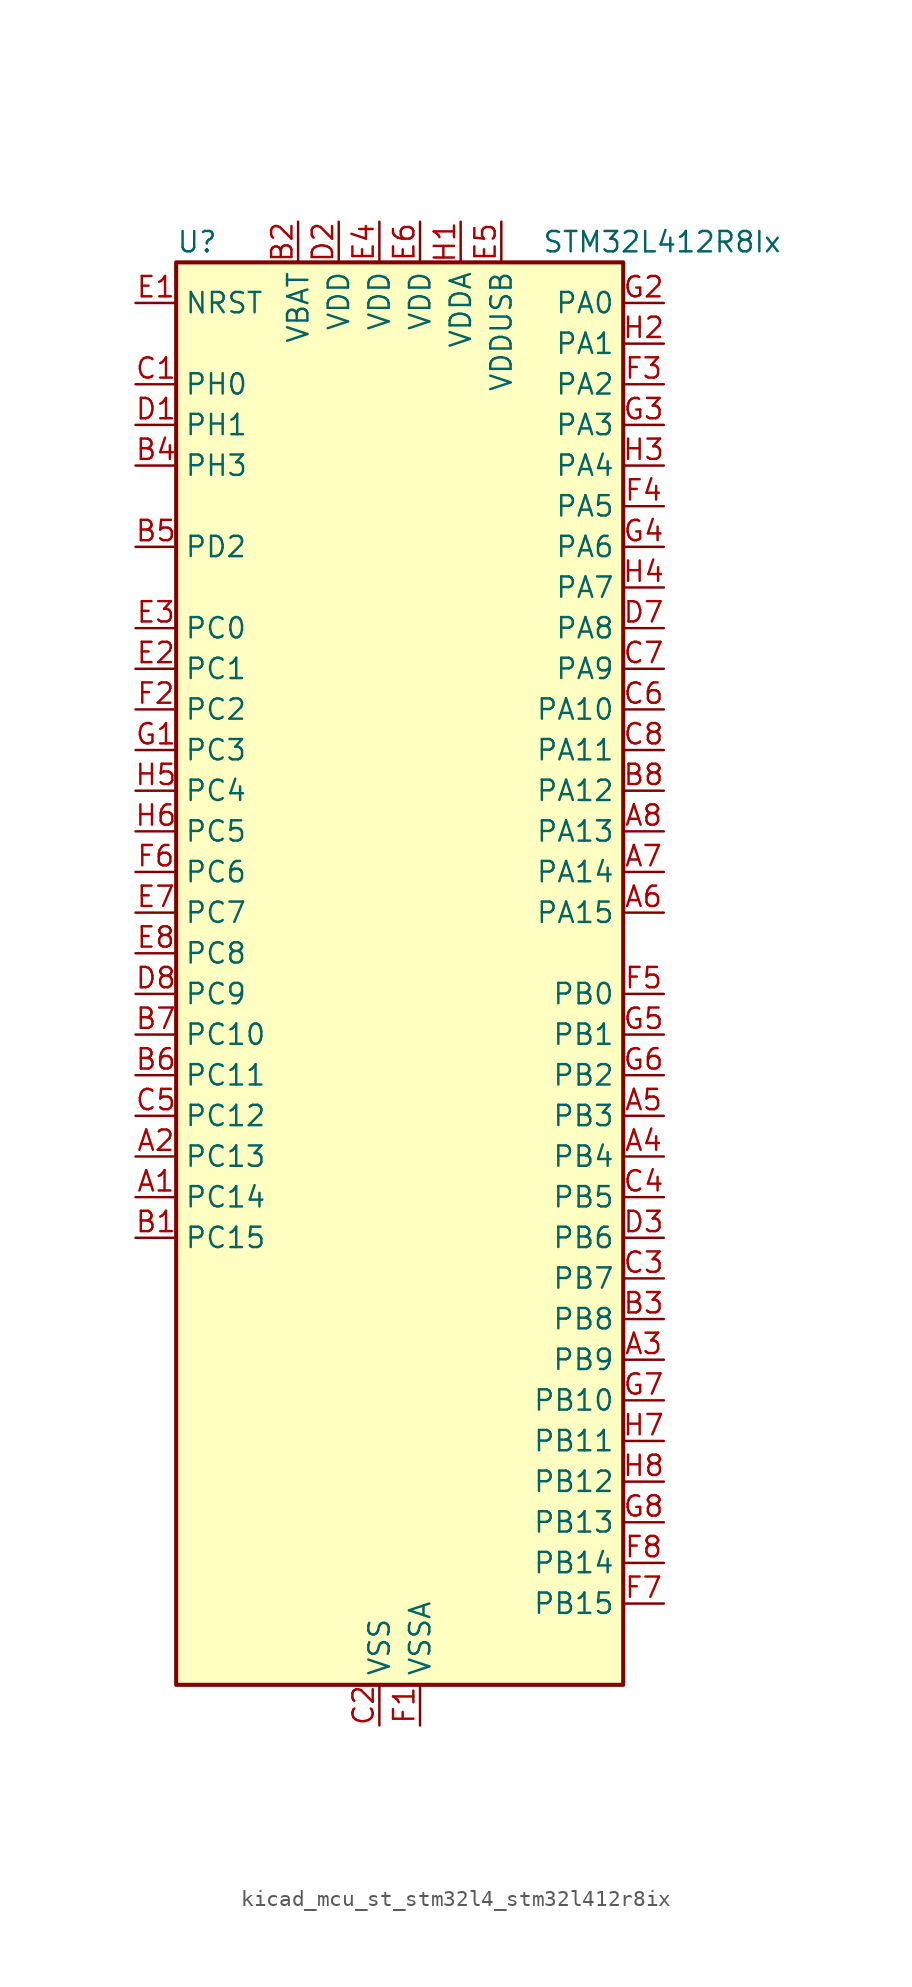
<source format=kicad_sym>
(kicad_symbol_lib
  (version 20220914)
  (generator kicad_symbol_editor)
  (symbol "kicad_mcu_st_stm32l4_stm32l412r8ix"
    (property "Reference" "U"
      (at -12.7 46.99 0)
      (effects (font (size 1.27 1.27)) (justify left)))
    (property "Value" "STM32L412R8Ix"
      (at 10.16 46.99 0)
      (effects (font (size 1.27 1.27)) (justify left)))
    (property "ki_locked" ""
      (at 0 0 0)
      (effects (font (size 1.27 1.27))))
    (symbol "kicad_mcu_st_stm32l4_stm32l412r8ix_0_1"
      (rectangle (start -12.7 -43.18) (end 15.24 45.72) (stroke (width 0.254) (type default)) (fill (type background))))
    (symbol "kicad_mcu_st_stm32l4_stm32l412r8ix_1_1"
      (pin bidirectional line (at -15.24 -12.7 0) (length 2.54) (name "PC14" (effects (font (size 1.27 1.27)))) (number "A1" (effects (font (size 1.27 1.27)))) (alternate "RCC_OSC32_IN" bidirectional line))
      (pin bidirectional line (at -15.24 -10.16 0) (length 2.54) (name "PC13" (effects (font (size 1.27 1.27)))) (number "A2" (effects (font (size 1.27 1.27)))) (alternate "RTC_OUT_ALARM" bidirectional line) (alternate "RTC_OUT_CALIB" bidirectional line) (alternate "RTC_TAMP1" bidirectional line) (alternate "RTC_TS" bidirectional line) (alternate "SYS_WKUP2" bidirectional line))
      (pin bidirectional line (at 17.78 -22.86 180) (length 2.54) (name "PB9" (effects (font (size 1.27 1.27)))) (number "A3" (effects (font (size 1.27 1.27)))) (alternate "I2C1_SDA" bidirectional line) (alternate "IR_OUT" bidirectional line) (alternate "SPI2_NSS" bidirectional line))
      (pin bidirectional line (at 17.78 -10.16 180) (length 2.54) (name "PB4" (effects (font (size 1.27 1.27)))) (number "A4" (effects (font (size 1.27 1.27)))) (alternate "I2C3_SDA" bidirectional line) (alternate "SPI1_MISO" bidirectional line) (alternate "SYS_JTRST" bidirectional line) (alternate "TSC_G2_IO1" bidirectional line) (alternate "USART1_CTS" bidirectional line))
      (pin bidirectional line (at 17.78 -7.62 180) (length 2.54) (name "PB3" (effects (font (size 1.27 1.27)))) (number "A5" (effects (font (size 1.27 1.27)))) (alternate "SPI1_SCK" bidirectional line) (alternate "SYS_JTDO-SWO" bidirectional line) (alternate "TIM2_CH2" bidirectional line) (alternate "USART1_DE" bidirectional line) (alternate "USART1_RTS" bidirectional line))
      (pin bidirectional line (at 17.78 5.08 180) (length 2.54) (name "PA15" (effects (font (size 1.27 1.27)))) (number "A6" (effects (font (size 1.27 1.27)))) (alternate "ADC1_EXTI15" bidirectional line) (alternate "ADC2_EXTI15" bidirectional line) (alternate "SPI1_NSS" bidirectional line) (alternate "SYS_JTDI" bidirectional line) (alternate "TIM2_CH1" bidirectional line) (alternate "TIM2_ETR" bidirectional line) (alternate "TSC_G3_IO1" bidirectional line) (alternate "USART2_RX" bidirectional line) (alternate "USART3_DE" bidirectional line) (alternate "USART3_RTS" bidirectional line))
      (pin bidirectional line (at 17.78 7.62 180) (length 2.54) (name "PA14" (effects (font (size 1.27 1.27)))) (number "A7" (effects (font (size 1.27 1.27)))) (alternate "I2C1_SMBA" bidirectional line) (alternate "LPTIM1_OUT" bidirectional line) (alternate "SYS_JTCK-SWCLK" bidirectional line))
      (pin bidirectional line (at 17.78 10.16 180) (length 2.54) (name "PA13" (effects (font (size 1.27 1.27)))) (number "A8" (effects (font (size 1.27 1.27)))) (alternate "IR_OUT" bidirectional line) (alternate "SYS_JTMS-SWDIO" bidirectional line) (alternate "USB_NOE" bidirectional line))
      (pin bidirectional line (at -15.24 -15.24 0) (length 2.54) (name "PC15" (effects (font (size 1.27 1.27)))) (number "B1" (effects (font (size 1.27 1.27)))) (alternate "ADC1_EXTI15" bidirectional line) (alternate "ADC2_EXTI15" bidirectional line) (alternate "RCC_OSC32_OUT" bidirectional line))
      (pin power_in line (at -5.08 48.26 270) (length 2.54) (name "VBAT" (effects (font (size 1.27 1.27)))) (number "B2" (effects (font (size 1.27 1.27)))))
      (pin bidirectional line (at 17.78 -20.32 180) (length 2.54) (name "PB8" (effects (font (size 1.27 1.27)))) (number "B3" (effects (font (size 1.27 1.27)))) (alternate "I2C1_SCL" bidirectional line) (alternate "TIM16_CH1" bidirectional line))
      (pin bidirectional line (at -15.24 33.02 0) (length 2.54) (name "PH3" (effects (font (size 1.27 1.27)))) (number "B4" (effects (font (size 1.27 1.27)))))
      (pin bidirectional line (at -15.24 27.94 0) (length 2.54) (name "PD2" (effects (font (size 1.27 1.27)))) (number "B5" (effects (font (size 1.27 1.27)))) (alternate "SYS_TRACED2" bidirectional line) (alternate "TSC_SYNC" bidirectional line) (alternate "USART3_DE" bidirectional line) (alternate "USART3_RTS" bidirectional line))
      (pin bidirectional line (at -15.24 -5.08 0) (length 2.54) (name "PC11" (effects (font (size 1.27 1.27)))) (number "B6" (effects (font (size 1.27 1.27)))) (alternate "ADC1_EXTI11" bidirectional line) (alternate "ADC2_EXTI11" bidirectional line) (alternate "TSC_G3_IO3" bidirectional line) (alternate "USART3_RX" bidirectional line))
      (pin bidirectional line (at -15.24 -2.54 0) (length 2.54) (name "PC10" (effects (font (size 1.27 1.27)))) (number "B7" (effects (font (size 1.27 1.27)))) (alternate "SYS_TRACED1" bidirectional line) (alternate "TSC_G3_IO2" bidirectional line) (alternate "USART3_TX" bidirectional line))
      (pin bidirectional line (at 17.78 12.7 180) (length 2.54) (name "PA12" (effects (font (size 1.27 1.27)))) (number "B8" (effects (font (size 1.27 1.27)))) (alternate "SPI1_MOSI" bidirectional line) (alternate "TIM1_ETR" bidirectional line) (alternate "USART1_DE" bidirectional line) (alternate "USART1_RTS" bidirectional line) (alternate "USB_DP" bidirectional line))
      (pin bidirectional line (at -15.24 38.1 0) (length 2.54) (name "PH0" (effects (font (size 1.27 1.27)))) (number "C1" (effects (font (size 1.27 1.27)))) (alternate "RCC_OSC_IN" bidirectional line))
      (pin power_in line (at 0 -45.72 90) (length 2.54) (name "VSS" (effects (font (size 1.27 1.27)))) (number "C2" (effects (font (size 1.27 1.27)))))
      (pin bidirectional line (at 17.78 -17.78 180) (length 2.54) (name "PB7" (effects (font (size 1.27 1.27)))) (number "C3" (effects (font (size 1.27 1.27)))) (alternate "I2C1_SDA" bidirectional line) (alternate "LPTIM1_IN2" bidirectional line) (alternate "SYS_PVD_IN" bidirectional line) (alternate "SYS_TRACECLK" bidirectional line) (alternate "TSC_G2_IO4" bidirectional line) (alternate "USART1_RX" bidirectional line))
      (pin bidirectional line (at 17.78 -12.7 180) (length 2.54) (name "PB5" (effects (font (size 1.27 1.27)))) (number "C4" (effects (font (size 1.27 1.27)))) (alternate "I2C1_SMBA" bidirectional line) (alternate "LPTIM1_IN1" bidirectional line) (alternate "SPI1_MOSI" bidirectional line) (alternate "SYS_TRACED2" bidirectional line) (alternate "TIM16_BKIN" bidirectional line) (alternate "TSC_G2_IO2" bidirectional line) (alternate "USART1_CK" bidirectional line))
      (pin bidirectional line (at -15.24 -7.62 0) (length 2.54) (name "PC12" (effects (font (size 1.27 1.27)))) (number "C5" (effects (font (size 1.27 1.27)))) (alternate "SYS_TRACED3" bidirectional line) (alternate "TSC_G3_IO4" bidirectional line) (alternate "USART3_CK" bidirectional line))
      (pin bidirectional line (at 17.78 17.78 180) (length 2.54) (name "PA10" (effects (font (size 1.27 1.27)))) (number "C6" (effects (font (size 1.27 1.27)))) (alternate "CRS_SYNC" bidirectional line) (alternate "I2C1_SDA" bidirectional line) (alternate "TIM1_CH3" bidirectional line) (alternate "USART1_RX" bidirectional line))
      (pin bidirectional line (at 17.78 20.32 180) (length 2.54) (name "PA9" (effects (font (size 1.27 1.27)))) (number "C7" (effects (font (size 1.27 1.27)))) (alternate "I2C1_SCL" bidirectional line) (alternate "TIM15_BKIN" bidirectional line) (alternate "TIM1_CH2" bidirectional line) (alternate "USART1_TX" bidirectional line))
      (pin bidirectional line (at 17.78 15.24 180) (length 2.54) (name "PA11" (effects (font (size 1.27 1.27)))) (number "C8" (effects (font (size 1.27 1.27)))) (alternate "ADC1_EXTI11" bidirectional line) (alternate "ADC2_EXTI11" bidirectional line) (alternate "COMP1_OUT" bidirectional line) (alternate "SPI1_MISO" bidirectional line) (alternate "TIM1_BKIN2" bidirectional line) (alternate "TIM1_BKIN2_COMP1" bidirectional line) (alternate "TIM1_CH4" bidirectional line) (alternate "USART1_CTS" bidirectional line) (alternate "USB_DM" bidirectional line))
      (pin bidirectional line (at -15.24 35.56 0) (length 2.54) (name "PH1" (effects (font (size 1.27 1.27)))) (number "D1" (effects (font (size 1.27 1.27)))) (alternate "RCC_OSC_OUT" bidirectional line))
      (pin power_in line (at -2.54 48.26 270) (length 2.54) (name "VDD" (effects (font (size 1.27 1.27)))) (number "D2" (effects (font (size 1.27 1.27)))))
      (pin bidirectional line (at 17.78 -15.24 180) (length 2.54) (name "PB6" (effects (font (size 1.27 1.27)))) (number "D3" (effects (font (size 1.27 1.27)))) (alternate "I2C1_SCL" bidirectional line) (alternate "LPTIM1_ETR" bidirectional line) (alternate "SYS_TRACED3" bidirectional line) (alternate "TIM16_CH1N" bidirectional line) (alternate "TSC_G2_IO3" bidirectional line) (alternate "USART1_TX" bidirectional line))
      (pin passive line (at 0 -45.72 90) (length 2.54) hide (name "VSS" (effects (font (size 1.27 1.27)))) (number "D4" (effects (font (size 1.27 1.27)))))
      (pin passive line (at 0 -45.72 90) (length 2.54) hide (name "VSS" (effects (font (size 1.27 1.27)))) (number "D5" (effects (font (size 1.27 1.27)))))
      (pin passive line (at 0 -45.72 90) (length 2.54) hide (name "VSS" (effects (font (size 1.27 1.27)))) (number "D6" (effects (font (size 1.27 1.27)))))
      (pin bidirectional line (at 17.78 22.86 180) (length 2.54) (name "PA8" (effects (font (size 1.27 1.27)))) (number "D7" (effects (font (size 1.27 1.27)))) (alternate "LPTIM2_OUT" bidirectional line) (alternate "RCC_MCO" bidirectional line) (alternate "TIM1_CH1" bidirectional line) (alternate "USART1_CK" bidirectional line))
      (pin bidirectional line (at -15.24 0 0) (length 2.54) (name "PC9" (effects (font (size 1.27 1.27)))) (number "D8" (effects (font (size 1.27 1.27)))) (alternate "TSC_G4_IO4" bidirectional line) (alternate "USB_NOE" bidirectional line))
      (pin input line (at -15.24 43.18 0) (length 2.54) (name "NRST" (effects (font (size 1.27 1.27)))) (number "E1" (effects (font (size 1.27 1.27)))))
      (pin bidirectional line (at -15.24 20.32 0) (length 2.54) (name "PC1" (effects (font (size 1.27 1.27)))) (number "E2" (effects (font (size 1.27 1.27)))) (alternate "ADC1_IN2" bidirectional line) (alternate "ADC2_IN2" bidirectional line) (alternate "I2C3_SDA" bidirectional line) (alternate "LPTIM1_OUT" bidirectional line) (alternate "LPUART1_TX" bidirectional line) (alternate "SYS_TRACED0" bidirectional line))
      (pin bidirectional line (at -15.24 22.86 0) (length 2.54) (name "PC0" (effects (font (size 1.27 1.27)))) (number "E3" (effects (font (size 1.27 1.27)))) (alternate "ADC1_IN1" bidirectional line) (alternate "ADC2_IN1" bidirectional line) (alternate "I2C3_SCL" bidirectional line) (alternate "LPTIM1_IN1" bidirectional line) (alternate "LPTIM2_IN1" bidirectional line) (alternate "LPUART1_RX" bidirectional line) (alternate "SYS_TRACECLK" bidirectional line))
      (pin power_in line (at 0 48.26 270) (length 2.54) (name "VDD" (effects (font (size 1.27 1.27)))) (number "E4" (effects (font (size 1.27 1.27)))))
      (pin power_in line (at 7.62 48.26 270) (length 2.54) (name "VDDUSB" (effects (font (size 1.27 1.27)))) (number "E5" (effects (font (size 1.27 1.27)))))
      (pin power_in line (at 2.54 48.26 270) (length 2.54) (name "VDD" (effects (font (size 1.27 1.27)))) (number "E6" (effects (font (size 1.27 1.27)))))
      (pin bidirectional line (at -15.24 5.08 0) (length 2.54) (name "PC7" (effects (font (size 1.27 1.27)))) (number "E7" (effects (font (size 1.27 1.27)))) (alternate "TSC_G4_IO2" bidirectional line))
      (pin bidirectional line (at -15.24 2.54 0) (length 2.54) (name "PC8" (effects (font (size 1.27 1.27)))) (number "E8" (effects (font (size 1.27 1.27)))) (alternate "TSC_G4_IO3" bidirectional line))
      (pin power_in line (at 2.54 -45.72 90) (length 2.54) (name "VSSA" (effects (font (size 1.27 1.27)))) (number "F1" (effects (font (size 1.27 1.27)))))
      (pin bidirectional line (at -15.24 17.78 0) (length 2.54) (name "PC2" (effects (font (size 1.27 1.27)))) (number "F2" (effects (font (size 1.27 1.27)))) (alternate "ADC1_IN3" bidirectional line) (alternate "ADC2_IN3" bidirectional line) (alternate "LPTIM1_IN2" bidirectional line) (alternate "SPI2_MISO" bidirectional line))
      (pin bidirectional line (at 17.78 38.1 180) (length 2.54) (name "PA2" (effects (font (size 1.27 1.27)))) (number "F3" (effects (font (size 1.27 1.27)))) (alternate "ADC1_IN7" bidirectional line) (alternate "ADC2_IN7" bidirectional line) (alternate "LPUART1_TX" bidirectional line) (alternate "QUADSPI_BK1_NCS" bidirectional line) (alternate "RCC_LSCO" bidirectional line) (alternate "SYS_WKUP4" bidirectional line) (alternate "TIM15_CH1" bidirectional line) (alternate "TIM2_CH3" bidirectional line) (alternate "USART2_TX" bidirectional line))
      (pin bidirectional line (at 17.78 30.48 180) (length 2.54) (name "PA5" (effects (font (size 1.27 1.27)))) (number "F4" (effects (font (size 1.27 1.27)))) (alternate "ADC1_IN10" bidirectional line) (alternate "ADC2_IN10" bidirectional line) (alternate "COMP1_INM" bidirectional line) (alternate "LPTIM2_ETR" bidirectional line) (alternate "SPI1_SCK" bidirectional line) (alternate "TIM2_CH1" bidirectional line) (alternate "TIM2_ETR" bidirectional line))
      (pin bidirectional line (at 17.78 0 180) (length 2.54) (name "PB0" (effects (font (size 1.27 1.27)))) (number "F5" (effects (font (size 1.27 1.27)))) (alternate "ADC1_IN15" bidirectional line) (alternate "ADC2_IN15" bidirectional line) (alternate "COMP1_OUT" bidirectional line) (alternate "QUADSPI_BK1_IO1" bidirectional line) (alternate "SPI1_NSS" bidirectional line) (alternate "SYS_TRACED0" bidirectional line) (alternate "TIM1_CH2N" bidirectional line) (alternate "USART3_CK" bidirectional line))
      (pin bidirectional line (at -15.24 7.62 0) (length 2.54) (name "PC6" (effects (font (size 1.27 1.27)))) (number "F6" (effects (font (size 1.27 1.27)))) (alternate "TSC_G4_IO1" bidirectional line))
      (pin bidirectional line (at 17.78 -38.1 180) (length 2.54) (name "PB15" (effects (font (size 1.27 1.27)))) (number "F7" (effects (font (size 1.27 1.27)))) (alternate "ADC1_EXTI15" bidirectional line) (alternate "ADC2_EXTI15" bidirectional line) (alternate "RTC_REFIN" bidirectional line) (alternate "SPI2_MOSI" bidirectional line) (alternate "TIM15_CH2" bidirectional line) (alternate "TIM1_CH3N" bidirectional line) (alternate "TSC_G1_IO4" bidirectional line))
      (pin bidirectional line (at 17.78 -35.56 180) (length 2.54) (name "PB14" (effects (font (size 1.27 1.27)))) (number "F8" (effects (font (size 1.27 1.27)))) (alternate "I2C2_SDA" bidirectional line) (alternate "SPI2_MISO" bidirectional line) (alternate "TIM15_CH1" bidirectional line) (alternate "TIM1_CH2N" bidirectional line) (alternate "TSC_G1_IO3" bidirectional line) (alternate "USART3_DE" bidirectional line) (alternate "USART3_RTS" bidirectional line))
      (pin bidirectional line (at -15.24 15.24 0) (length 2.54) (name "PC3" (effects (font (size 1.27 1.27)))) (number "G1" (effects (font (size 1.27 1.27)))) (alternate "ADC1_IN4" bidirectional line) (alternate "ADC2_IN4" bidirectional line) (alternate "LPTIM1_ETR" bidirectional line) (alternate "LPTIM2_ETR" bidirectional line) (alternate "SPI2_MOSI" bidirectional line))
      (pin bidirectional line (at 17.78 43.18 180) (length 2.54) (name "PA0" (effects (font (size 1.27 1.27)))) (number "G2" (effects (font (size 1.27 1.27)))) (alternate "ADC1_IN5" bidirectional line) (alternate "COMP1_INM" bidirectional line) (alternate "COMP1_OUT" bidirectional line) (alternate "OPAMP1_VINP" bidirectional line) (alternate "RTC_TAMP2" bidirectional line) (alternate "SYS_WKUP1" bidirectional line) (alternate "TIM2_CH1" bidirectional line) (alternate "TIM2_ETR" bidirectional line) (alternate "USART2_CTS" bidirectional line))
      (pin bidirectional line (at 17.78 35.56 180) (length 2.54) (name "PA3" (effects (font (size 1.27 1.27)))) (number "G3" (effects (font (size 1.27 1.27)))) (alternate "ADC1_IN8" bidirectional line) (alternate "ADC2_IN8" bidirectional line) (alternate "LPUART1_RX" bidirectional line) (alternate "OPAMP1_VOUT" bidirectional line) (alternate "QUADSPI_CLK" bidirectional line) (alternate "TIM15_CH2" bidirectional line) (alternate "TIM2_CH4" bidirectional line) (alternate "USART2_RX" bidirectional line))
      (pin bidirectional line (at 17.78 27.94 180) (length 2.54) (name "PA6" (effects (font (size 1.27 1.27)))) (number "G4" (effects (font (size 1.27 1.27)))) (alternate "ADC1_IN11" bidirectional line) (alternate "ADC2_IN11" bidirectional line) (alternate "COMP1_OUT" bidirectional line) (alternate "LPUART1_CTS" bidirectional line) (alternate "QUADSPI_BK1_IO3" bidirectional line) (alternate "SPI1_MISO" bidirectional line) (alternate "TIM16_CH1" bidirectional line) (alternate "TIM1_BKIN" bidirectional line) (alternate "USART3_CTS" bidirectional line))
      (pin bidirectional line (at 17.78 -2.54 180) (length 2.54) (name "PB1" (effects (font (size 1.27 1.27)))) (number "G5" (effects (font (size 1.27 1.27)))) (alternate "ADC1_IN16" bidirectional line) (alternate "ADC2_IN16" bidirectional line) (alternate "COMP1_INM" bidirectional line) (alternate "LPTIM2_IN1" bidirectional line) (alternate "LPUART1_DE" bidirectional line) (alternate "LPUART1_RTS" bidirectional line) (alternate "QUADSPI_BK1_IO0" bidirectional line) (alternate "SYS_TRACED1" bidirectional line) (alternate "TIM1_CH3N" bidirectional line) (alternate "USART3_DE" bidirectional line) (alternate "USART3_RTS" bidirectional line))
      (pin bidirectional line (at 17.78 -5.08 180) (length 2.54) (name "PB2" (effects (font (size 1.27 1.27)))) (number "G6" (effects (font (size 1.27 1.27)))) (alternate "COMP1_INP" bidirectional line) (alternate "I2C3_SMBA" bidirectional line) (alternate "LPTIM1_OUT" bidirectional line) (alternate "RTC_OUT_ALARM" bidirectional line) (alternate "RTC_OUT_CALIB" bidirectional line))
      (pin bidirectional line (at 17.78 -25.4 180) (length 2.54) (name "PB10" (effects (font (size 1.27 1.27)))) (number "G7" (effects (font (size 1.27 1.27)))) (alternate "COMP1_OUT" bidirectional line) (alternate "I2C2_SCL" bidirectional line) (alternate "LPUART1_RX" bidirectional line) (alternate "QUADSPI_CLK" bidirectional line) (alternate "SPI2_SCK" bidirectional line) (alternate "TIM2_CH3" bidirectional line) (alternate "TSC_SYNC" bidirectional line) (alternate "USART3_TX" bidirectional line))
      (pin bidirectional line (at 17.78 -33.02 180) (length 2.54) (name "PB13" (effects (font (size 1.27 1.27)))) (number "G8" (effects (font (size 1.27 1.27)))) (alternate "I2C2_SCL" bidirectional line) (alternate "LPUART1_CTS" bidirectional line) (alternate "SPI2_SCK" bidirectional line) (alternate "TIM15_CH1N" bidirectional line) (alternate "TIM1_CH1N" bidirectional line) (alternate "TSC_G1_IO2" bidirectional line) (alternate "USART3_CTS" bidirectional line))
      (pin power_in line (at 5.08 48.26 270) (length 2.54) (name "VDDA" (effects (font (size 1.27 1.27)))) (number "H1" (effects (font (size 1.27 1.27)))))
      (pin bidirectional line (at 17.78 40.64 180) (length 2.54) (name "PA1" (effects (font (size 1.27 1.27)))) (number "H2" (effects (font (size 1.27 1.27)))) (alternate "ADC1_IN6" bidirectional line) (alternate "COMP1_INP" bidirectional line) (alternate "I2C1_SMBA" bidirectional line) (alternate "OPAMP1_VINM" bidirectional line) (alternate "SPI1_SCK" bidirectional line) (alternate "TIM15_CH1N" bidirectional line) (alternate "TIM2_CH2" bidirectional line) (alternate "USART2_DE" bidirectional line) (alternate "USART2_RTS" bidirectional line))
      (pin bidirectional line (at 17.78 33.02 180) (length 2.54) (name "PA4" (effects (font (size 1.27 1.27)))) (number "H3" (effects (font (size 1.27 1.27)))) (alternate "ADC1_IN9" bidirectional line) (alternate "ADC2_IN9" bidirectional line) (alternate "COMP1_INM" bidirectional line) (alternate "LPTIM2_OUT" bidirectional line) (alternate "SPI1_NSS" bidirectional line) (alternate "USART2_CK" bidirectional line))
      (pin bidirectional line (at 17.78 25.4 180) (length 2.54) (name "PA7" (effects (font (size 1.27 1.27)))) (number "H4" (effects (font (size 1.27 1.27)))) (alternate "ADC1_IN12" bidirectional line) (alternate "ADC2_IN12" bidirectional line) (alternate "I2C3_SCL" bidirectional line) (alternate "QUADSPI_BK1_IO2" bidirectional line) (alternate "SPI1_MOSI" bidirectional line) (alternate "TIM1_CH1N" bidirectional line))
      (pin bidirectional line (at -15.24 12.7 0) (length 2.54) (name "PC4" (effects (font (size 1.27 1.27)))) (number "H5" (effects (font (size 1.27 1.27)))) (alternate "ADC1_IN13" bidirectional line) (alternate "ADC2_IN13" bidirectional line) (alternate "COMP1_INM" bidirectional line) (alternate "USART3_TX" bidirectional line))
      (pin bidirectional line (at -15.24 10.16 0) (length 2.54) (name "PC5" (effects (font (size 1.27 1.27)))) (number "H6" (effects (font (size 1.27 1.27)))) (alternate "ADC1_IN14" bidirectional line) (alternate "ADC2_IN14" bidirectional line) (alternate "COMP1_INP" bidirectional line) (alternate "SYS_WKUP5" bidirectional line) (alternate "USART3_RX" bidirectional line))
      (pin bidirectional line (at 17.78 -27.94 180) (length 2.54) (name "PB11" (effects (font (size 1.27 1.27)))) (number "H7" (effects (font (size 1.27 1.27)))) (alternate "ADC1_EXTI11" bidirectional line) (alternate "ADC2_EXTI11" bidirectional line) (alternate "I2C2_SDA" bidirectional line) (alternate "LPUART1_TX" bidirectional line) (alternate "QUADSPI_BK1_NCS" bidirectional line) (alternate "TIM2_CH4" bidirectional line) (alternate "USART3_RX" bidirectional line))
      (pin bidirectional line (at 17.78 -30.48 180) (length 2.54) (name "PB12" (effects (font (size 1.27 1.27)))) (number "H8" (effects (font (size 1.27 1.27)))) (alternate "I2C2_SMBA" bidirectional line) (alternate "LPUART1_DE" bidirectional line) (alternate "LPUART1_RTS" bidirectional line) (alternate "SPI2_NSS" bidirectional line) (alternate "TIM15_BKIN" bidirectional line) (alternate "TIM1_BKIN" bidirectional line) (alternate "TSC_G1_IO1" bidirectional line) (alternate "USART3_CK" bidirectional line)))))
</source>
